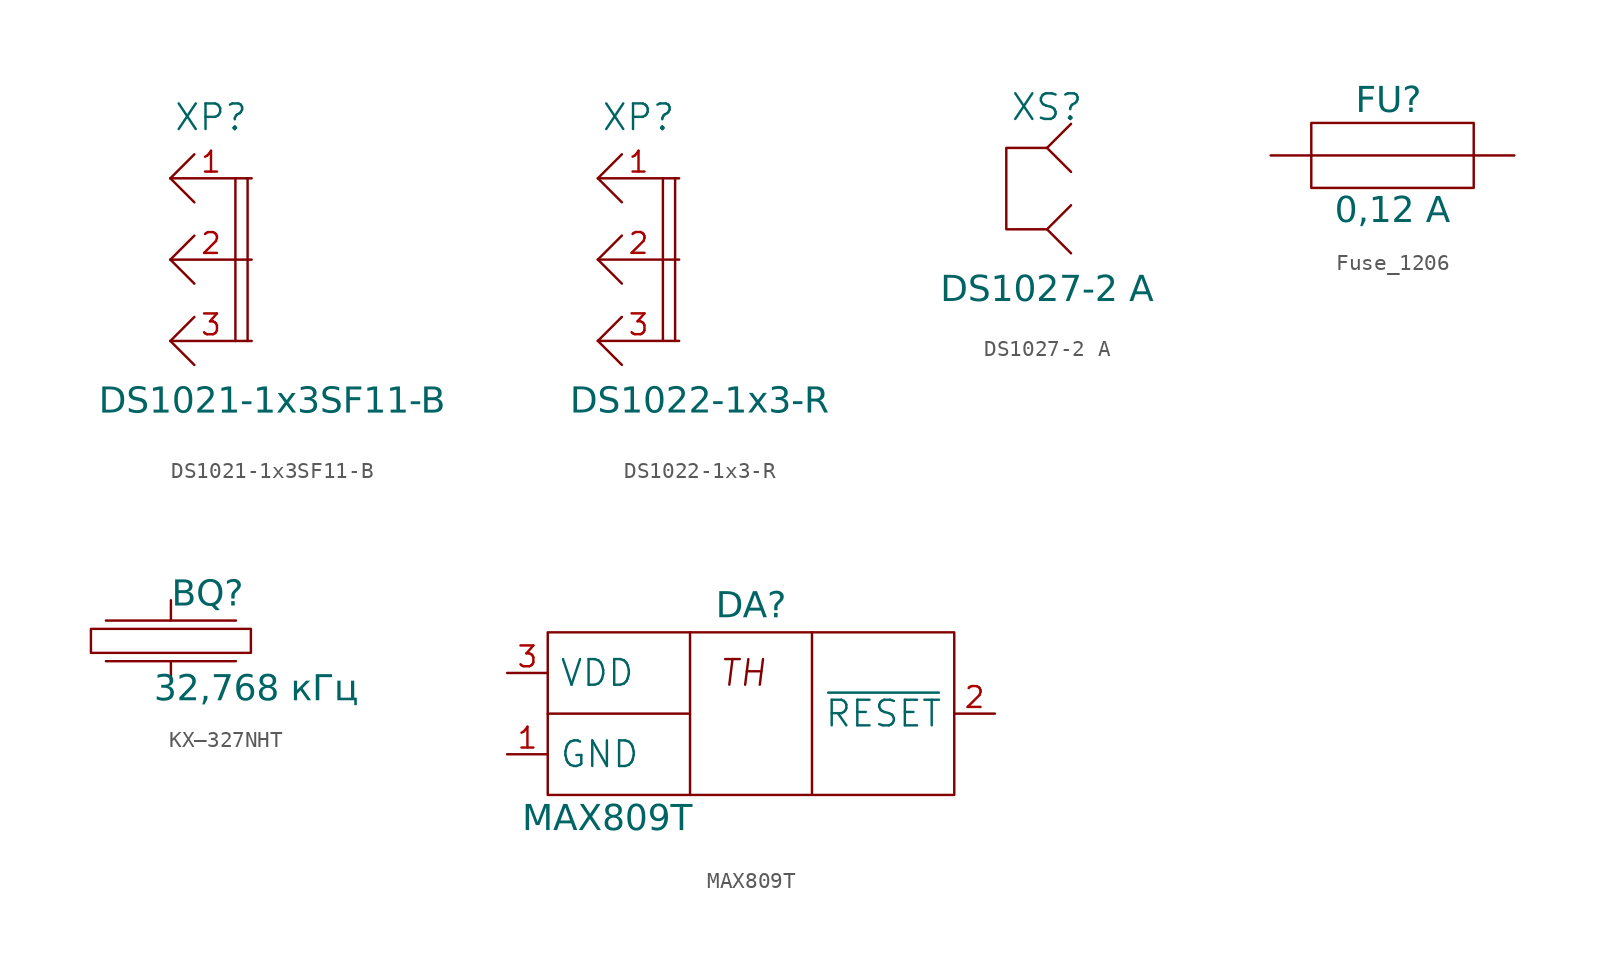
<source format=kicad_sym>
(kicad_symbol_lib
  (version 20231120)
  (generator "kicad_symbol_editor")
  (generator_version "8.0")
  (symbol "DS1021-1x3SF11-B"
    (pin_names
      (offset 2) hide)
    (property "Reference" "XP"
      (at 2.54 3.81 0)
      (effects (font (size 1.6 1.6))))
    (property "Value" "DS1021-1x3SF11-B"
      (at 6.35 -13.97 0)
      (effects (font (face "GOST type A") (size 1.6 1.6))))
    (symbol "DS1021-1x3SF11-B_0_1"
      (polyline (pts (xy 4.064 0) (xy 4.064 -10.16)) (stroke (width 0) (type default)) (fill (type none)))
      (polyline (pts (xy 4.826 0) (xy 4.826 -10.16)) (stroke (width 0) (type default)) (fill (type none))))
    (symbol "DS1021-1x3SF11-B_1_1"
      (polyline (pts (xy 0 -10.16) (xy 1.5 -11.66)) (stroke (width 0) (type default)) (fill (type none)))
      (polyline (pts (xy 0 -10.16) (xy 1.5 -8.66)) (stroke (width 0) (type default)) (fill (type none)))
      (polyline (pts (xy 0 -5.08) (xy 1.5 -6.58)) (stroke (width 0) (type default)) (fill (type none)))
      (polyline (pts (xy 0 -5.08) (xy 1.5 -3.58)) (stroke (width 0) (type default)) (fill (type none)))
      (polyline (pts (xy 0 0) (xy 1.5 -1.5)) (stroke (width 0) (type default)) (fill (type none)))
      (polyline (pts (xy 0 0) (xy 1.5 1.5)) (stroke (width 0) (type default)) (fill (type none)))
      (pin passive line (at 5.08 0 180) (length 5.08) (name "~" (effects (font (size 1.6 1.6)))) (number "1" (effects (font (size 1.3 1.3)))))
      (pin passive line (at 5.08 -5.08 180) (length 5.08) (name "~" (effects (font (size 1.6 1.6)))) (number "2" (effects (font (size 1.3 1.3)))))
      (pin passive line (at 5.08 -10.16 180) (length 5.08) (name "~" (effects (font (size 1.6 1.6)))) (number "3" (effects (font (size 1.3 1.3)))))))
  (symbol "DS1022-1x3-R"
    (pin_names
      (offset 2) hide)
    (property "Reference" "XP"
      (at 2.54 3.81 0)
      (effects (font (size 1.6 1.6))))
    (property "Value" "DS1022-1x3-R"
      (at 6.35 -13.97 0)
      (effects (font (face "GOST type A") (size 1.6 1.6))))
    (symbol "DS1022-1x3-R_0_1"
      (polyline (pts (xy 4.064 0) (xy 4.064 -10.16)) (stroke (width 0) (type default)) (fill (type none)))
      (polyline (pts (xy 4.826 0) (xy 4.826 -10.16)) (stroke (width 0) (type default)) (fill (type none))))
    (symbol "DS1022-1x3-R_1_1"
      (polyline (pts (xy 0 -10.16) (xy 1.5 -11.66)) (stroke (width 0) (type default)) (fill (type none)))
      (polyline (pts (xy 0 -10.16) (xy 1.5 -8.66)) (stroke (width 0) (type default)) (fill (type none)))
      (polyline (pts (xy 0 -5.08) (xy 1.5 -6.58)) (stroke (width 0) (type default)) (fill (type none)))
      (polyline (pts (xy 0 -5.08) (xy 1.5 -3.58)) (stroke (width 0) (type default)) (fill (type none)))
      (polyline (pts (xy 0 0) (xy 1.5 -1.5)) (stroke (width 0) (type default)) (fill (type none)))
      (polyline (pts (xy 0 0) (xy 1.5 1.5)) (stroke (width 0) (type default)) (fill (type none)))
      (pin passive line (at 5.08 0 180) (length 5.08) (name "~" (effects (font (size 1.6 1.6)))) (number "1" (effects (font (size 1.3 1.3)))))
      (pin passive line (at 5.08 -5.08 180) (length 5.08) (name "~" (effects (font (size 1.6 1.6)))) (number "2" (effects (font (size 1.3 1.3)))))
      (pin passive line (at 5.08 -10.16 180) (length 5.08) (name "~" (effects (font (size 1.6 1.6)))) (number "3" (effects (font (size 1.3 1.3)))))))
  (symbol "DS1027-2 A"
    (pin_names
      (offset 2) hide)
    (property "Reference" "XS"
      (at -1.27 2.54 0)
      (effects (font (size 1.6 1.6))))
    (property "Value" "DS1027-2 A"
      (at -1.27 -8.89 0)
      (effects (font (face "GOST type A") (size 1.6 1.6))))
    (symbol "DS1027-2 A_0_1"
      (polyline (pts (xy -1.27 0) (xy -3.81 0) (xy -3.81 -5.08) (xy -1.27 -5.08)) (stroke (width 0) (type default)) (fill (type none))))
    (symbol "DS1027-2 A_1_1"
      (polyline (pts (xy -1.27 -5.08) (xy 0.23 -6.58)) (stroke (width 0) (type default)) (fill (type none)))
      (polyline (pts (xy -1.27 -5.08) (xy 0.23 -3.58)) (stroke (width 0) (type default)) (fill (type none)))
      (polyline (pts (xy -1.27 0) (xy 0.23 -1.5)) (stroke (width 0) (type default)) (fill (type none)))
      (polyline (pts (xy -1.27 0) (xy 0.23 1.5)) (stroke (width 0) (type default)) (fill (type none)))))
  (symbol "Fuse_1206"
    (pin_numbers hide)
    (pin_names
      (offset 0) hide)
    (property "Reference" "FU"
      (at -0.254 4.318 0)
      (effects (font (face "GOST type A") (size 1.6 1.6) (italic yes)) (justify top)))
    (property "Value" "0,12 А"
      (at 0 -3.5 0)
      (effects (font (face "GOST type A") (size 1.6 1.6) (italic yes))))
    (symbol "Fuse_1206_0_1"
      (polyline (pts (xy -5.08 0) (xy 5.08 0)) (stroke (width 0) (type default)) (fill (type none)))
      (polyline (pts (xy -5.08 0) (xy -5.08 2.032) (xy 5.08 2.032) (xy 5.08 -2.032) (xy -5.08 -2.032) (xy -5.08 0)) (stroke (width 0) (type default)) (fill (type none))))
    (symbol "Fuse_1206_1_1"
      (pin passive line (at -7.62 0 0) (length 2.54) (name "~" (effects (font (size 1.27 1.27)))) (number "1" (effects (font (size 1.27 1.27)))))
      (pin passive line (at 7.62 0 180) (length 2.54) (name "~" (effects (font (size 1.27 1.27)))) (number "2" (effects (font (size 1.27 1.27)))))))
  (symbol "KX–327NHT"
    (pin_numbers hide)
    (pin_names
      (offset 0.7) hide)
    (property "Reference" "BQ"
      (at 2.286 3.81 0)
      (effects (font (face "GOST type A") (size 1.6 1.6) (italic yes)) (justify top)))
    (property "Value" "32,768 кГц"
      (at 5.334 -3.048 0)
      (effects (font (face "GOST type A") (size 1.6 1.6) (italic yes))))
    (symbol "KX–327NHT_0_1"
      (polyline (pts (xy -4.064 -1.27) (xy 4.064 -1.27)) (stroke (width 0) (type default)) (fill (type none)))
      (polyline (pts (xy -4.064 1.27) (xy 4.064 1.27)) (stroke (width 0) (type default)) (fill (type none)))
      (polyline (pts (xy 0 0.75) (xy -5 0.75) (xy -5 -0.75) (xy 5 -0.75) (xy 5 0.75) (xy 0 0.75)) (stroke (width 0) (type default)) (fill (type none))))
    (symbol "KX–327NHT_1_1"
      (pin passive line (at 0 2.54 270) (length 1.25) (name "~" (effects (font (size 1.6 1.6)))) (number "1" (effects (font (size 1.3 1.3)))))
      (pin passive line (at 0 -2.54 90) (length 1.25) (name "~" (effects (font (size 1.6 1.6)))) (number "2" (effects (font (size 1.3 1.3)))))))
  (symbol "MAX809T"
    (pin_names
      (offset 0.7))
    (property "Reference" "DA"
      (at 0 5.08 0)
      (effects (font (face "GOST type A") (size 1.6 1.6) (italic yes)) (justify top)))
    (property "Value" "MAX809T"
      (at -8.98 -9.152 0)
      (effects (font (face "GOST type A") (size 1.6 1.6) (italic yes))))
    (symbol "MAX809T_0_1"
      (polyline (pts (xy -3.81 2.54) (xy -3.81 -7.62)) (stroke (width 0) (type default)) (fill (type none)))
      (polyline (pts (xy 3.81 2.54) (xy 3.81 -7.62)) (stroke (width 0) (type default)) (fill (type none))))
    (symbol "MAX809T_1_1"
      (polyline (pts (xy -12.7 -2.54) (xy -3.81 -2.54)) (stroke (width 0) (type default)) (fill (type none)))
      (polyline (pts (xy -12.7 -7.62) (xy -12.7 2.54) (xy 12.7 2.54) (xy 12.7 -7.62) (xy -12.7 -7.62) (xy -12.7 -7.62)) (stroke (width 0) (type default)) (fill (type none)))
      (text "TH" (at -0.508 0 0) (effects (font (size 1.6 1.6) (italic yes))))
      (pin passive line (at -15.24 -5.08 0) (length 2.54) (name "GND" (effects (font (size 1.6 1.6)))) (number "1" (effects (font (size 1.3 1.3)))))
      (pin passive line (at 15.24 -2.54 180) (length 2.54) (name "~{RESET}" (effects (font (size 1.6 1.6)))) (number "2" (effects (font (size 1.3 1.3)))))
      (pin passive line (at -15.24 0 0) (length 2.54) (name "VDD" (effects (font (size 1.6 1.6)))) (number "3" (effects (font (size 1.3 1.3))))))))
</source>
